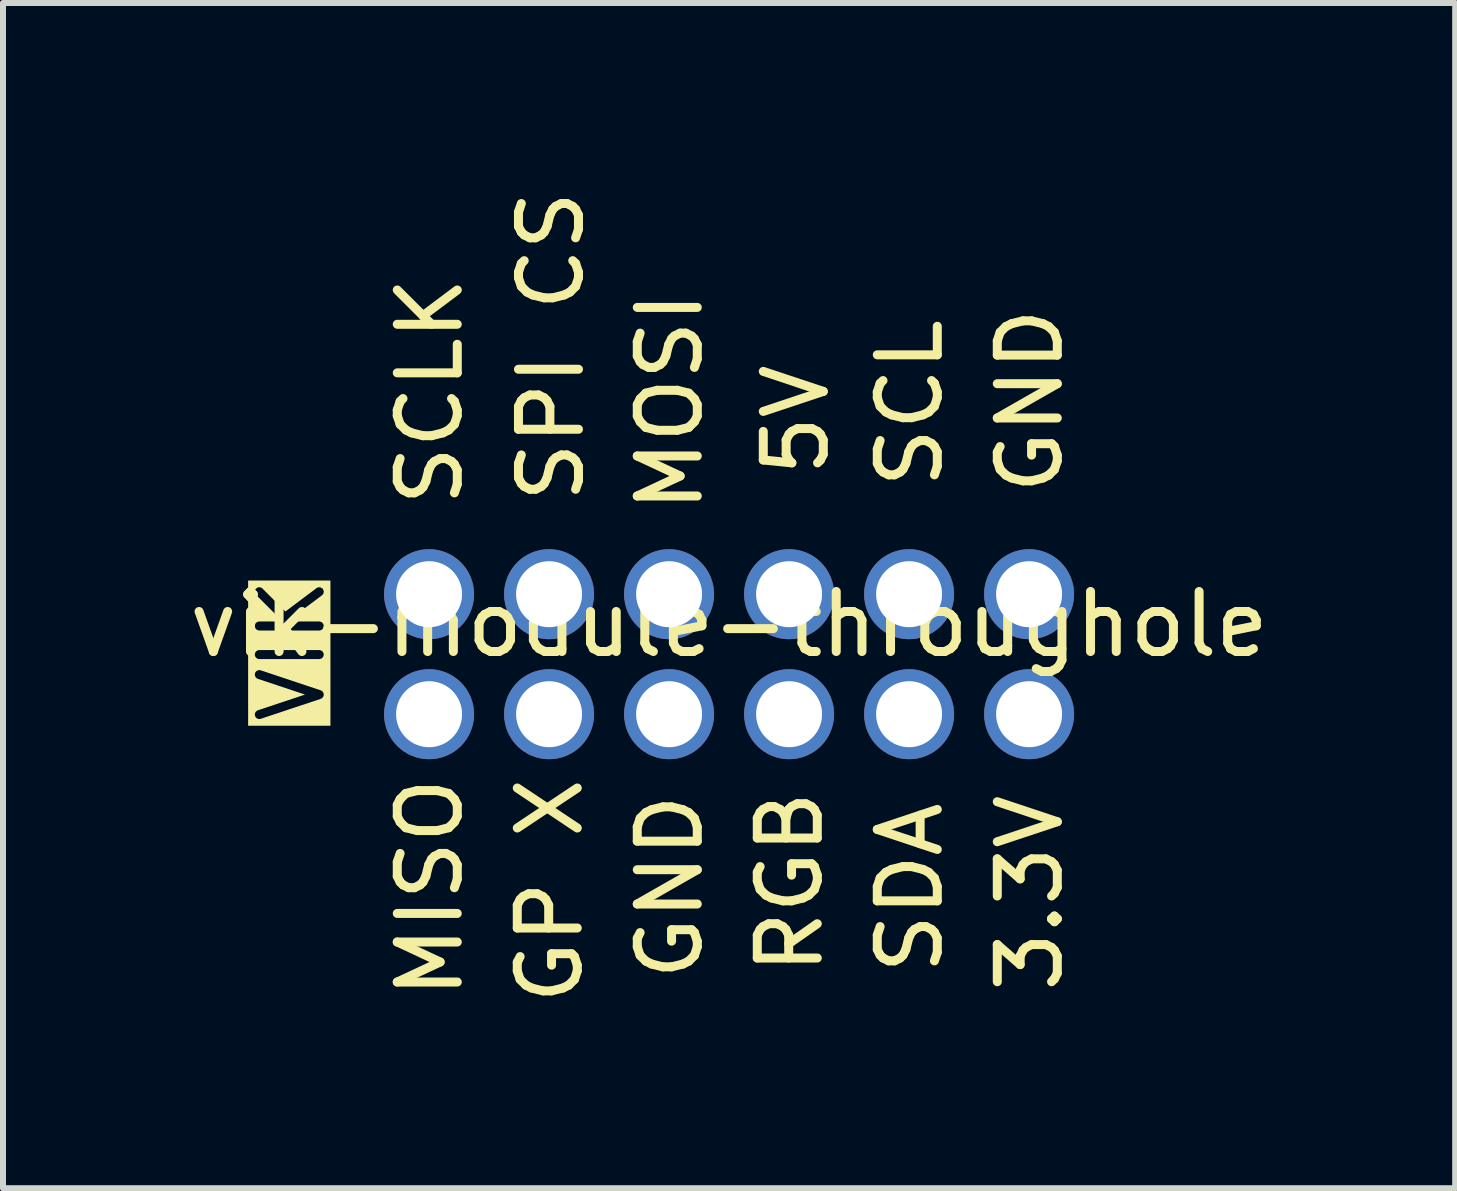
<source format=kicad_pcb>
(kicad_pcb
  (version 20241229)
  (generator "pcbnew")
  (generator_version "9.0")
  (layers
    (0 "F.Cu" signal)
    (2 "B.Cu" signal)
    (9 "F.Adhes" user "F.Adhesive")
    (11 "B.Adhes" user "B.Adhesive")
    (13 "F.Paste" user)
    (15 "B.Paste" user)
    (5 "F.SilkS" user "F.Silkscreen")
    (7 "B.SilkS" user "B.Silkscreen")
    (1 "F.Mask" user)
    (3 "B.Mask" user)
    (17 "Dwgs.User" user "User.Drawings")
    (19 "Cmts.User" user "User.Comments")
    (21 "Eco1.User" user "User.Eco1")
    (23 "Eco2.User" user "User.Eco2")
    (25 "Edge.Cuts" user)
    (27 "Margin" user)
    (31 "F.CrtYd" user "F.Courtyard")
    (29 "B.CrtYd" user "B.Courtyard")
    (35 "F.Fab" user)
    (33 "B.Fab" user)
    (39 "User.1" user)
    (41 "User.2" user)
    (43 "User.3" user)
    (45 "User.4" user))
  (footprint "vik-module-throughole"
    (layer "F.Cu")
    (at 9.101 7.853)
    (property "Reference" "vik-module-throughole" (at 0 -0.5 0) (unlocked yes) (layer "F.SilkS") (effects (font (size 1 1) (thickness 0.15))))
    (attr smd)
    (fp_text user "GP X" (at -2.4 5.9 90) (unlocked yes) (layer "F.SilkS") (effects (font (size 1 1) (thickness 0.15)) (justify left bottom)))
    (fp_text user "SCLK" (at -4.4 -2.4 90) (unlocked yes) (layer "F.SilkS") (effects (font (size 1 1) (thickness 0.15)) (justify left bottom)))
    (fp_text user "RGB" (at 1.6 5.4 90) (unlocked yes) (layer "F.SilkS") (effects (font (size 1 1) (thickness 0.15)) (justify left bottom)))
    (fp_text user "5V" (at 1.7 -2.9 90) (unlocked yes) (layer "F.SilkS") (effects (font (size 1 1) (thickness 0.15)) (justify left bottom)))
    (fp_text user "GND" (at 5.6 -2.6 90) (unlocked yes) (layer "F.SilkS") (effects (font (size 1 1) (thickness 0.15)) (justify left bottom)))
    (fp_text user "SDA" (at 3.6 5.4 90) (unlocked yes) (layer "F.SilkS") (effects (font (size 1 1) (thickness 0.15)) (justify left bottom)))
    (fp_text user "SCL" (at 3.6 -2.7 90) (unlocked yes) (layer "F.SilkS") (effects (font (size 1 1) (thickness 0.15)) (justify left bottom)))
    (fp_text user "MISO" (at -4.4 5.8 90) (unlocked yes) (layer "F.SilkS") (effects (font (size 1 1) (thickness 0.15)) (justify left bottom)))
    (fp_text user "VIK" (at -6.7 1.2 90) (unlocked yes) (layer "F.SilkS" knockout) (effects (font (size 1 1) (thickness 0.15)) (justify left bottom)))
    (fp_text user "3.3V" (at 5.6 5.7 90) (unlocked yes) (layer "F.SilkS") (effects (font (size 1 1) (thickness 0.15)) (justify left bottom)))
    (fp_text user "GND" (at -0.4 5.5 90) (unlocked yes) (layer "F.SilkS") (effects (font (size 1 1) (thickness 0.15)) (justify left bottom)))
    (fp_text user "SPI CS" (at -2.38 -2.46 90) (unlocked yes) (layer "F.SilkS") (effects (font (size 1 1) (thickness 0.15)) (justify left bottom)))
    (fp_text user "MOSI" (at -0.4 -2.3 90) (unlocked yes) (layer "F.SilkS") (effects (font (size 1 1) (thickness 0.15)) (justify left bottom)))
    (pad "1" thru_hole circle (at 5 1) (size 1.5 1.5) (drill 1.1) (layers "*.Cu" "*.Mask"))
    (pad "2" thru_hole circle (at 5 -1) (size 1.5 1.5) (drill 1.1) (layers "*.Cu" "*.Mask"))
    (pad "3" thru_hole circle (at 3 1) (size 1.5 1.5) (drill 1.1) (layers "*.Cu" "*.Mask"))
    (pad "4" thru_hole circle (at 3 -1) (size 1.5 1.5) (drill 1.1) (layers "*.Cu" "*.Mask"))
    (pad "5" thru_hole circle (at 1 1) (size 1.5 1.5) (drill 1.1) (layers "*.Cu" "*.Mask"))
    (pad "6" thru_hole circle (at 1 -1) (size 1.5 1.5) (drill 1.1) (layers "*.Cu" "*.Mask"))
    (pad "7" thru_hole circle (at -1 1) (size 1.5 1.5) (drill 1.1) (layers "*.Cu" "*.Mask"))
    (pad "8" thru_hole circle (at -1 -1) (size 1.5 1.5) (drill 1.1) (layers "*.Cu" "*.Mask"))
    (pad "9" thru_hole circle (at -3 1) (size 1.5 1.5) (drill 1.1) (layers "*.Cu" "*.Mask"))
    (pad "10" thru_hole circle (at -3 -1) (size 1.5 1.5) (drill 1.1) (layers "*.Cu" "*.Mask"))
    (pad "11" thru_hole circle (at -5 1) (size 1.5 1.5) (drill 1.1) (layers "*.Cu" "*.Mask"))
    (pad "12" thru_hole circle (at -5 -1) (size 1.5 1.5) (drill 1.1) (layers "*.Cu" "*.Mask")))
  (gr_rect
    (start -3 -3)
    (end 21.202 16.753)
    (stroke (width 0.1) (type default))
    (fill no)
    (layer "Edge.Cuts")))
</source>
